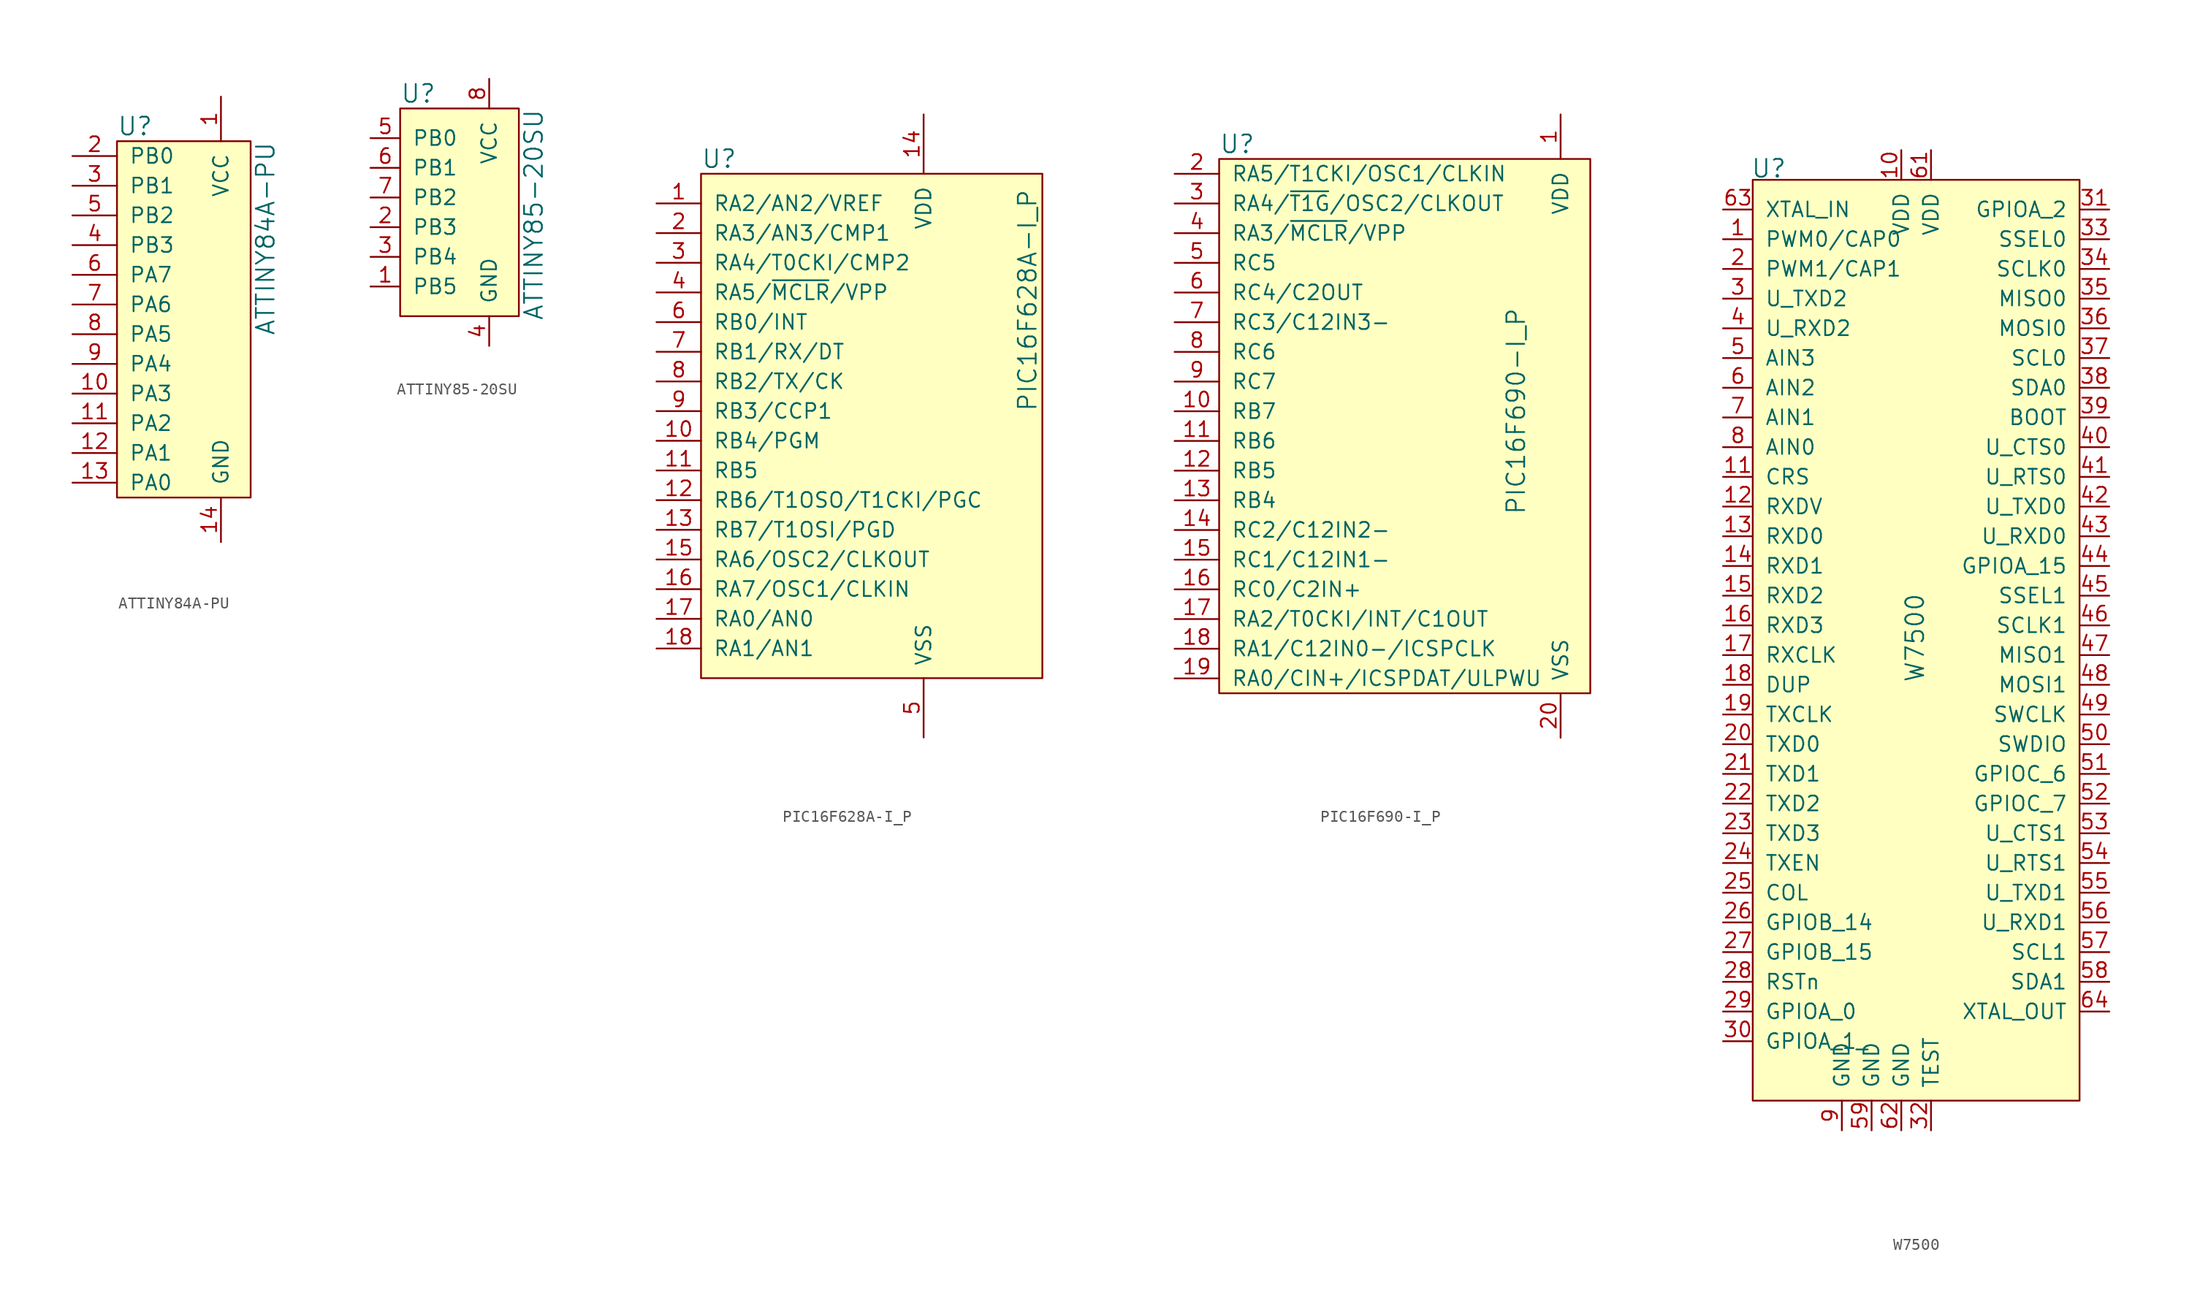
<source format=kicad_sym>
(kicad_symbol_lib
  (version 20231120)
  (generator "kicad_symbol_editor")
  (generator_version "8.0")
  (symbol "ATTINY84A-PU"
    (pin_names
      (offset 1.016))
    (property "Reference" "U"
      (at -6.35 12.7 0)
      (effects (font (size 1.524 1.524)) (justify left)))
    (property "Value" "ATTINY84A-PU"
      (at 6.35 11.43 90)
      (effects (font (size 1.524 1.524)) (justify right)))
    (symbol "ATTINY84A-PU_0_1"
      (rectangle (start -6.35 11.43) (end 5.08 -19.05) (stroke (width 0) (type solid)) (fill (type background))))
    (symbol "ATTINY84A-PU_1_1"
      (pin power_in line (at 2.54 15.24 270) (length 3.81) (name "VCC" (effects (font (size 1.27 1.27)))) (number "1" (effects (font (size 1.27 1.27)))))
      (pin bidirectional line (at -10.16 -10.16 0) (length 3.81) (name "PA3" (effects (font (size 1.27 1.27)))) (number "10" (effects (font (size 1.27 1.27)))))
      (pin bidirectional line (at -10.16 -12.7 0) (length 3.81) (name "PA2" (effects (font (size 1.27 1.27)))) (number "11" (effects (font (size 1.27 1.27)))))
      (pin bidirectional line (at -10.16 -15.24 0) (length 3.81) (name "PA1" (effects (font (size 1.27 1.27)))) (number "12" (effects (font (size 1.27 1.27)))))
      (pin bidirectional line (at -10.16 -17.78 0) (length 3.81) (name "PA0" (effects (font (size 1.27 1.27)))) (number "13" (effects (font (size 1.27 1.27)))))
      (pin power_in line (at 2.54 -22.86 90) (length 3.81) (name "GND" (effects (font (size 1.27 1.27)))) (number "14" (effects (font (size 1.27 1.27)))))
      (pin bidirectional line (at -10.16 10.16 0) (length 3.81) (name "PB0" (effects (font (size 1.27 1.27)))) (number "2" (effects (font (size 1.27 1.27)))))
      (pin bidirectional line (at -10.16 7.62 0) (length 3.81) (name "PB1" (effects (font (size 1.27 1.27)))) (number "3" (effects (font (size 1.27 1.27)))))
      (pin bidirectional line (at -10.16 2.54 0) (length 3.81) (name "PB3" (effects (font (size 1.27 1.27)))) (number "4" (effects (font (size 1.27 1.27)))))
      (pin bidirectional line (at -10.16 5.08 0) (length 3.81) (name "PB2" (effects (font (size 1.27 1.27)))) (number "5" (effects (font (size 1.27 1.27)))))
      (pin bidirectional line (at -10.16 0 0) (length 3.81) (name "PA7" (effects (font (size 1.27 1.27)))) (number "6" (effects (font (size 1.27 1.27)))))
      (pin bidirectional line (at -10.16 -2.54 0) (length 3.81) (name "PA6" (effects (font (size 1.27 1.27)))) (number "7" (effects (font (size 1.27 1.27)))))
      (pin bidirectional line (at -10.16 -5.08 0) (length 3.81) (name "PA5" (effects (font (size 1.27 1.27)))) (number "8" (effects (font (size 1.27 1.27)))))
      (pin bidirectional line (at -10.16 -7.62 0) (length 3.81) (name "PA4" (effects (font (size 1.27 1.27)))) (number "9" (effects (font (size 1.27 1.27)))))))
  (symbol "ATTINY85-20SU"
    (pin_names
      (offset 1.016))
    (property "Reference" "U"
      (at -5.08 6.35 0)
      (effects (font (size 1.524 1.524)) (justify left)))
    (property "Value" "ATTINY85-20SU"
      (at 6.35 5.08 90)
      (effects (font (size 1.524 1.524)) (justify right)))
    (symbol "ATTINY85-20SU_0_1"
      (rectangle (start -5.08 5.08) (end 5.08 -12.7) (stroke (width 0) (type solid)) (fill (type background))))
    (symbol "ATTINY85-20SU_1_1"
      (pin bidirectional line (at -7.62 -10.16 0) (length 2.54) (name "PB5" (effects (font (size 1.27 1.27)))) (number "1" (effects (font (size 1.27 1.27)))))
      (pin bidirectional line (at -7.62 -5.08 0) (length 2.54) (name "PB3" (effects (font (size 1.27 1.27)))) (number "2" (effects (font (size 1.27 1.27)))))
      (pin bidirectional line (at -7.62 -7.62 0) (length 2.54) (name "PB4" (effects (font (size 1.27 1.27)))) (number "3" (effects (font (size 1.27 1.27)))))
      (pin power_in line (at 2.54 -15.24 90) (length 2.54) (name "GND" (effects (font (size 1.27 1.27)))) (number "4" (effects (font (size 1.27 1.27)))))
      (pin bidirectional line (at -7.62 2.54 0) (length 2.54) (name "PB0" (effects (font (size 1.27 1.27)))) (number "5" (effects (font (size 1.27 1.27)))))
      (pin bidirectional line (at -7.62 0 0) (length 2.54) (name "PB1" (effects (font (size 1.27 1.27)))) (number "6" (effects (font (size 1.27 1.27)))))
      (pin bidirectional line (at -7.62 -2.54 0) (length 2.54) (name "PB2" (effects (font (size 1.27 1.27)))) (number "7" (effects (font (size 1.27 1.27)))))
      (pin power_in line (at 2.54 7.62 270) (length 2.54) (name "VCC" (effects (font (size 1.27 1.27)))) (number "8" (effects (font (size 1.27 1.27)))))))
  (symbol "PIC16F628A-I_P"
    (pin_names
      (offset 1.016))
    (property "Reference" "U"
      (at -13.97 21.59 0)
      (effects (font (size 1.524 1.524)) (justify left)))
    (property "Value" "PIC16F628A-I_P"
      (at 13.97 19.05 90)
      (effects (font (size 1.524 1.524)) (justify right)))
    (symbol "PIC16F628A-I_P_0_1"
      (rectangle (start -13.97 20.32) (end 15.24 -22.86) (stroke (width 0) (type solid)) (fill (type background))))
    (symbol "PIC16F628A-I_P_1_1"
      (pin bidirectional line (at -17.78 17.78 0) (length 3.81) (name "RA2/AN2/VREF" (effects (font (size 1.27 1.27)))) (number "1" (effects (font (size 1.27 1.27)))))
      (pin bidirectional line (at -17.78 -2.54 0) (length 3.81) (name "RB4/PGM" (effects (font (size 1.27 1.27)))) (number "10" (effects (font (size 1.27 1.27)))))
      (pin bidirectional line (at -17.78 -5.08 0) (length 3.81) (name "RB5" (effects (font (size 1.27 1.27)))) (number "11" (effects (font (size 1.27 1.27)))))
      (pin bidirectional line (at -17.78 -7.62 0) (length 3.81) (name "RB6/T1OSO/T1CKI/PGC" (effects (font (size 1.27 1.27)))) (number "12" (effects (font (size 1.27 1.27)))))
      (pin bidirectional line (at -17.78 -10.16 0) (length 3.81) (name "RB7/T1OSI/PGD" (effects (font (size 1.27 1.27)))) (number "13" (effects (font (size 1.27 1.27)))))
      (pin power_in line (at 5.08 25.4 270) (length 5.08) (name "VDD" (effects (font (size 1.27 1.27)))) (number "14" (effects (font (size 1.27 1.27)))))
      (pin bidirectional line (at -17.78 -12.7 0) (length 3.81) (name "RA6/OSC2/CLKOUT" (effects (font (size 1.27 1.27)))) (number "15" (effects (font (size 1.27 1.27)))))
      (pin bidirectional line (at -17.78 -15.24 0) (length 3.81) (name "RA7/OSC1/CLKIN" (effects (font (size 1.27 1.27)))) (number "16" (effects (font (size 1.27 1.27)))))
      (pin bidirectional line (at -17.78 -17.78 0) (length 3.81) (name "RA0/AN0" (effects (font (size 1.27 1.27)))) (number "17" (effects (font (size 1.27 1.27)))))
      (pin bidirectional line (at -17.78 -20.32 0) (length 3.81) (name "RA1/AN1" (effects (font (size 1.27 1.27)))) (number "18" (effects (font (size 1.27 1.27)))))
      (pin bidirectional line (at -17.78 15.24 0) (length 3.81) (name "RA3/AN3/CMP1" (effects (font (size 1.27 1.27)))) (number "2" (effects (font (size 1.27 1.27)))))
      (pin bidirectional line (at -17.78 12.7 0) (length 3.81) (name "RA4/T0CKI/CMP2" (effects (font (size 1.27 1.27)))) (number "3" (effects (font (size 1.27 1.27)))))
      (pin bidirectional line (at -17.78 10.16 0) (length 3.81) (name "RA5/~{MCLR}/VPP" (effects (font (size 1.27 1.27)))) (number "4" (effects (font (size 1.27 1.27)))))
      (pin power_in line (at 5.08 -27.94 90) (length 5.08) (name "VSS" (effects (font (size 1.27 1.27)))) (number "5" (effects (font (size 1.27 1.27)))))
      (pin bidirectional line (at -17.78 7.62 0) (length 3.81) (name "RB0/INT" (effects (font (size 1.27 1.27)))) (number "6" (effects (font (size 1.27 1.27)))))
      (pin bidirectional line (at -17.78 5.08 0) (length 3.81) (name "RB1/RX/DT" (effects (font (size 1.27 1.27)))) (number "7" (effects (font (size 1.27 1.27)))))
      (pin bidirectional line (at -17.78 2.54 0) (length 3.81) (name "RB2/TX/CK" (effects (font (size 1.27 1.27)))) (number "8" (effects (font (size 1.27 1.27)))))
      (pin bidirectional line (at -17.78 0 0) (length 3.81) (name "RB3/CCP1" (effects (font (size 1.27 1.27)))) (number "9" (effects (font (size 1.27 1.27)))))))
  (symbol "PIC16F690-I_P"
    (pin_names
      (offset 1.016))
    (property "Reference" "U"
      (at -16.51 22.86 0)
      (effects (font (size 1.524 1.524)) (justify left)))
    (property "Value" "PIC16F690-I_P"
      (at 8.89 0 90)
      (effects (font (size 1.524 1.524))))
    (symbol "PIC16F690-I_P_0_1"
      (rectangle (start -16.51 21.59) (end 15.24 -24.13) (stroke (width 0) (type solid)) (fill (type background))))
    (symbol "PIC16F690-I_P_1_1"
      (pin power_in line (at 12.7 25.4 270) (length 3.81) (name "VDD" (effects (font (size 1.27 1.27)))) (number "1" (effects (font (size 1.27 1.27)))))
      (pin bidirectional line (at -20.32 0 0) (length 3.81) (name "RB7" (effects (font (size 1.27 1.27)))) (number "10" (effects (font (size 1.27 1.27)))))
      (pin bidirectional line (at -20.32 -2.54 0) (length 3.81) (name "RB6" (effects (font (size 1.27 1.27)))) (number "11" (effects (font (size 1.27 1.27)))))
      (pin bidirectional line (at -20.32 -5.08 0) (length 3.81) (name "RB5" (effects (font (size 1.27 1.27)))) (number "12" (effects (font (size 1.27 1.27)))))
      (pin bidirectional line (at -20.32 -7.62 0) (length 3.81) (name "RB4" (effects (font (size 1.27 1.27)))) (number "13" (effects (font (size 1.27 1.27)))))
      (pin bidirectional line (at -20.32 -10.16 0) (length 3.81) (name "RC2/C12IN2-" (effects (font (size 1.27 1.27)))) (number "14" (effects (font (size 1.27 1.27)))))
      (pin bidirectional line (at -20.32 -12.7 0) (length 3.81) (name "RC1/C12IN1-" (effects (font (size 1.27 1.27)))) (number "15" (effects (font (size 1.27 1.27)))))
      (pin bidirectional line (at -20.32 -15.24 0) (length 3.81) (name "RC0/C2IN+" (effects (font (size 1.27 1.27)))) (number "16" (effects (font (size 1.27 1.27)))))
      (pin bidirectional line (at -20.32 -17.78 0) (length 3.81) (name "RA2/T0CKI/INT/C1OUT" (effects (font (size 1.27 1.27)))) (number "17" (effects (font (size 1.27 1.27)))))
      (pin bidirectional line (at -20.32 -20.32 0) (length 3.81) (name "RA1/C12IN0-/ICSPCLK" (effects (font (size 1.27 1.27)))) (number "18" (effects (font (size 1.27 1.27)))))
      (pin bidirectional line (at -20.32 -22.86 0) (length 3.81) (name "RA0/CIN+/ICSPDAT/ULPWU" (effects (font (size 1.27 1.27)))) (number "19" (effects (font (size 1.27 1.27)))))
      (pin bidirectional line (at -20.32 20.32 0) (length 3.81) (name "RA5/T1CKI/OSC1/CLKIN" (effects (font (size 1.27 1.27)))) (number "2" (effects (font (size 1.27 1.27)))))
      (pin power_in line (at 12.7 -27.94 90) (length 3.81) (name "VSS" (effects (font (size 1.27 1.27)))) (number "20" (effects (font (size 1.27 1.27)))))
      (pin bidirectional line (at -20.32 17.78 0) (length 3.81) (name "RA4/~{T1G}/OSC2/CLKOUT" (effects (font (size 1.27 1.27)))) (number "3" (effects (font (size 1.27 1.27)))))
      (pin input line (at -20.32 15.24 0) (length 3.81) (name "RA3/~{MCLR}/VPP" (effects (font (size 1.27 1.27)))) (number "4" (effects (font (size 1.27 1.27)))))
      (pin bidirectional line (at -20.32 12.7 0) (length 3.81) (name "RC5" (effects (font (size 1.27 1.27)))) (number "5" (effects (font (size 1.27 1.27)))))
      (pin bidirectional line (at -20.32 10.16 0) (length 3.81) (name "RC4/C2OUT" (effects (font (size 1.27 1.27)))) (number "6" (effects (font (size 1.27 1.27)))))
      (pin bidirectional line (at -20.32 7.62 0) (length 3.81) (name "RC3/C12IN3-" (effects (font (size 1.27 1.27)))) (number "7" (effects (font (size 1.27 1.27)))))
      (pin bidirectional line (at -20.32 5.08 0) (length 3.81) (name "RC6" (effects (font (size 1.27 1.27)))) (number "8" (effects (font (size 1.27 1.27)))))
      (pin bidirectional line (at -20.32 2.54 0) (length 3.81) (name "RC7" (effects (font (size 1.27 1.27)))) (number "9" (effects (font (size 1.27 1.27)))))))
  (symbol "W7500"
    (pin_names
      (offset 1.016))
    (property "Reference" "U"
      (at -12.878 31.445 0)
      (effects (font (size 1.524 1.524)) (justify left)))
    (property "Value" "W7500"
      (at 1.168 -8.687 90)
      (effects (font (size 1.524 1.524))))
    (symbol "W7500_0_1"
      (rectangle (start -12.7 30.48) (end 15.24 -48.26) (stroke (width 0) (type solid)) (fill (type background))))
    (symbol "W7500_1_1"
      (pin bidirectional line (at -15.24 25.4 0) (length 2.54) (name "PWM0/CAP0" (effects (font (size 1.27 1.27)))) (number "1" (effects (font (size 1.27 1.27)))))
      (pin power_in line (at 0 33.02 270) (length 2.54) (name "VDD" (effects (font (size 1.27 1.27)))) (number "10" (effects (font (size 1.27 1.27)))))
      (pin bidirectional line (at -15.24 5.08 0) (length 2.54) (name "CRS" (effects (font (size 1.27 1.27)))) (number "11" (effects (font (size 1.27 1.27)))))
      (pin bidirectional line (at -15.24 2.54 0) (length 2.54) (name "RXDV" (effects (font (size 1.27 1.27)))) (number "12" (effects (font (size 1.27 1.27)))))
      (pin bidirectional line (at -15.24 0 0) (length 2.54) (name "RXD0" (effects (font (size 1.27 1.27)))) (number "13" (effects (font (size 1.27 1.27)))))
      (pin bidirectional line (at -15.24 -2.54 0) (length 2.54) (name "RXD1" (effects (font (size 1.27 1.27)))) (number "14" (effects (font (size 1.27 1.27)))))
      (pin bidirectional line (at -15.24 -5.08 0) (length 2.54) (name "RXD2" (effects (font (size 1.27 1.27)))) (number "15" (effects (font (size 1.27 1.27)))))
      (pin bidirectional line (at -15.24 -7.62 0) (length 2.54) (name "RXD3" (effects (font (size 1.27 1.27)))) (number "16" (effects (font (size 1.27 1.27)))))
      (pin bidirectional line (at -15.24 -10.16 0) (length 2.54) (name "RXCLK" (effects (font (size 1.27 1.27)))) (number "17" (effects (font (size 1.27 1.27)))))
      (pin bidirectional line (at -15.24 -12.7 0) (length 2.54) (name "DUP" (effects (font (size 1.27 1.27)))) (number "18" (effects (font (size 1.27 1.27)))))
      (pin bidirectional line (at -15.24 -15.24 0) (length 2.54) (name "TXCLK" (effects (font (size 1.27 1.27)))) (number "19" (effects (font (size 1.27 1.27)))))
      (pin bidirectional line (at -15.24 22.86 0) (length 2.54) (name "PWM1/CAP1" (effects (font (size 1.27 1.27)))) (number "2" (effects (font (size 1.27 1.27)))))
      (pin bidirectional line (at -15.24 -17.78 0) (length 2.54) (name "TXD0" (effects (font (size 1.27 1.27)))) (number "20" (effects (font (size 1.27 1.27)))))
      (pin bidirectional line (at -15.24 -20.32 0) (length 2.54) (name "TXD1" (effects (font (size 1.27 1.27)))) (number "21" (effects (font (size 1.27 1.27)))))
      (pin bidirectional line (at -15.24 -22.86 0) (length 2.54) (name "TXD2" (effects (font (size 1.27 1.27)))) (number "22" (effects (font (size 1.27 1.27)))))
      (pin bidirectional line (at -15.24 -25.4 0) (length 2.54) (name "TXD3" (effects (font (size 1.27 1.27)))) (number "23" (effects (font (size 1.27 1.27)))))
      (pin bidirectional line (at -15.24 -27.94 0) (length 2.54) (name "TXEN" (effects (font (size 1.27 1.27)))) (number "24" (effects (font (size 1.27 1.27)))))
      (pin bidirectional line (at -15.24 -30.48 0) (length 2.54) (name "COL" (effects (font (size 1.27 1.27)))) (number "25" (effects (font (size 1.27 1.27)))))
      (pin bidirectional line (at -15.24 -33.02 0) (length 2.54) (name "GPIOB_14" (effects (font (size 1.27 1.27)))) (number "26" (effects (font (size 1.27 1.27)))))
      (pin bidirectional line (at -15.24 -35.56 0) (length 2.54) (name "GPIOB_15" (effects (font (size 1.27 1.27)))) (number "27" (effects (font (size 1.27 1.27)))))
      (pin input line (at -15.24 -38.1 0) (length 2.54) (name "RSTn" (effects (font (size 1.27 1.27)))) (number "28" (effects (font (size 1.27 1.27)))))
      (pin bidirectional line (at -15.24 -40.64 0) (length 2.54) (name "GPIOA_0" (effects (font (size 1.27 1.27)))) (number "29" (effects (font (size 1.27 1.27)))))
      (pin bidirectional line (at -15.24 20.32 0) (length 2.54) (name "U_TXD2" (effects (font (size 1.27 1.27)))) (number "3" (effects (font (size 1.27 1.27)))))
      (pin bidirectional line (at -15.24 -43.18 0) (length 2.54) (name "GPIOA_1_" (effects (font (size 1.27 1.27)))) (number "30" (effects (font (size 1.27 1.27)))))
      (pin bidirectional line (at 17.78 27.94 180) (length 2.54) (name "GPIOA_2" (effects (font (size 1.27 1.27)))) (number "31" (effects (font (size 1.27 1.27)))))
      (pin bidirectional line (at 2.54 -50.8 90) (length 2.54) (name "TEST" (effects (font (size 1.27 1.27)))) (number "32" (effects (font (size 1.27 1.27)))))
      (pin bidirectional line (at 17.78 25.4 180) (length 2.54) (name "SSEL0" (effects (font (size 1.27 1.27)))) (number "33" (effects (font (size 1.27 1.27)))))
      (pin bidirectional line (at 17.78 22.86 180) (length 2.54) (name "SCLK0" (effects (font (size 1.27 1.27)))) (number "34" (effects (font (size 1.27 1.27)))))
      (pin bidirectional line (at 17.78 20.32 180) (length 2.54) (name "MISO0" (effects (font (size 1.27 1.27)))) (number "35" (effects (font (size 1.27 1.27)))))
      (pin bidirectional line (at 17.78 17.78 180) (length 2.54) (name "MOSI0" (effects (font (size 1.27 1.27)))) (number "36" (effects (font (size 1.27 1.27)))))
      (pin bidirectional line (at 17.78 15.24 180) (length 2.54) (name "SCL0" (effects (font (size 1.27 1.27)))) (number "37" (effects (font (size 1.27 1.27)))))
      (pin bidirectional line (at 17.78 12.7 180) (length 2.54) (name "SDA0" (effects (font (size 1.27 1.27)))) (number "38" (effects (font (size 1.27 1.27)))))
      (pin bidirectional line (at 17.78 10.16 180) (length 2.54) (name "BOOT" (effects (font (size 1.27 1.27)))) (number "39" (effects (font (size 1.27 1.27)))))
      (pin bidirectional line (at -15.24 17.78 0) (length 2.54) (name "U_RXD2" (effects (font (size 1.27 1.27)))) (number "4" (effects (font (size 1.27 1.27)))))
      (pin bidirectional line (at 17.78 7.62 180) (length 2.54) (name "U_CTS0" (effects (font (size 1.27 1.27)))) (number "40" (effects (font (size 1.27 1.27)))))
      (pin bidirectional line (at 17.78 5.08 180) (length 2.54) (name "U_RTS0" (effects (font (size 1.27 1.27)))) (number "41" (effects (font (size 1.27 1.27)))))
      (pin bidirectional line (at 17.78 2.54 180) (length 2.54) (name "U_TXD0" (effects (font (size 1.27 1.27)))) (number "42" (effects (font (size 1.27 1.27)))))
      (pin bidirectional line (at 17.78 0 180) (length 2.54) (name "U_RXD0" (effects (font (size 1.27 1.27)))) (number "43" (effects (font (size 1.27 1.27)))))
      (pin bidirectional line (at 17.78 -2.54 180) (length 2.54) (name "GPIOA_15" (effects (font (size 1.27 1.27)))) (number "44" (effects (font (size 1.27 1.27)))))
      (pin bidirectional line (at 17.78 -5.08 180) (length 2.54) (name "SSEL1" (effects (font (size 1.27 1.27)))) (number "45" (effects (font (size 1.27 1.27)))))
      (pin bidirectional line (at 17.78 -7.62 180) (length 2.54) (name "SCLK1" (effects (font (size 1.27 1.27)))) (number "46" (effects (font (size 1.27 1.27)))))
      (pin bidirectional line (at 17.78 -10.16 180) (length 2.54) (name "MISO1" (effects (font (size 1.27 1.27)))) (number "47" (effects (font (size 1.27 1.27)))))
      (pin bidirectional line (at 17.78 -12.7 180) (length 2.54) (name "MOSI1" (effects (font (size 1.27 1.27)))) (number "48" (effects (font (size 1.27 1.27)))))
      (pin bidirectional line (at 17.78 -15.24 180) (length 2.54) (name "SWCLK" (effects (font (size 1.27 1.27)))) (number "49" (effects (font (size 1.27 1.27)))))
      (pin bidirectional line (at -15.24 15.24 0) (length 2.54) (name "AIN3" (effects (font (size 1.27 1.27)))) (number "5" (effects (font (size 1.27 1.27)))))
      (pin bidirectional line (at 17.78 -17.78 180) (length 2.54) (name "SWDIO" (effects (font (size 1.27 1.27)))) (number "50" (effects (font (size 1.27 1.27)))))
      (pin bidirectional line (at 17.78 -20.32 180) (length 2.54) (name "GPIOC_6" (effects (font (size 1.27 1.27)))) (number "51" (effects (font (size 1.27 1.27)))))
      (pin bidirectional line (at 17.78 -22.86 180) (length 2.54) (name "GPIOC_7" (effects (font (size 1.27 1.27)))) (number "52" (effects (font (size 1.27 1.27)))))
      (pin bidirectional line (at 17.78 -25.4 180) (length 2.54) (name "U_CTS1" (effects (font (size 1.27 1.27)))) (number "53" (effects (font (size 1.27 1.27)))))
      (pin bidirectional line (at 17.78 -27.94 180) (length 2.54) (name "U_RTS1" (effects (font (size 1.27 1.27)))) (number "54" (effects (font (size 1.27 1.27)))))
      (pin bidirectional line (at 17.78 -30.48 180) (length 2.54) (name "U_TXD1" (effects (font (size 1.27 1.27)))) (number "55" (effects (font (size 1.27 1.27)))))
      (pin bidirectional line (at 17.78 -33.02 180) (length 2.54) (name "U_RXD1" (effects (font (size 1.27 1.27)))) (number "56" (effects (font (size 1.27 1.27)))))
      (pin bidirectional line (at 17.78 -35.56 180) (length 2.54) (name "SCL1" (effects (font (size 1.27 1.27)))) (number "57" (effects (font (size 1.27 1.27)))))
      (pin bidirectional line (at 17.78 -38.1 180) (length 2.54) (name "SDA1" (effects (font (size 1.27 1.27)))) (number "58" (effects (font (size 1.27 1.27)))))
      (pin power_in line (at -2.54 -50.8 90) (length 2.54) (name "GND" (effects (font (size 1.27 1.27)))) (number "59" (effects (font (size 1.27 1.27)))))
      (pin bidirectional line (at -15.24 12.7 0) (length 2.54) (name "AIN2" (effects (font (size 1.27 1.27)))) (number "6" (effects (font (size 1.27 1.27)))))
      (pin no_connect line (at 15.24 -43.18 180) (length 2.54) hide (name "NC" (effects (font (size 1.27 1.27)))) (number "60" (effects (font (size 1.27 1.27)))))
      (pin power_in line (at 2.54 33.02 270) (length 2.54) (name "VDD" (effects (font (size 1.27 1.27)))) (number "61" (effects (font (size 1.27 1.27)))))
      (pin power_in line (at 0 -50.8 90) (length 2.54) (name "GND" (effects (font (size 1.27 1.27)))) (number "62" (effects (font (size 1.27 1.27)))))
      (pin input line (at -15.24 27.94 0) (length 2.54) (name "XTAL_IN" (effects (font (size 1.27 1.27)))) (number "63" (effects (font (size 1.27 1.27)))))
      (pin output line (at 17.78 -40.64 180) (length 2.54) (name "XTAL_OUT" (effects (font (size 1.27 1.27)))) (number "64" (effects (font (size 1.27 1.27)))))
      (pin bidirectional line (at -15.24 10.16 0) (length 2.54) (name "AIN1" (effects (font (size 1.27 1.27)))) (number "7" (effects (font (size 1.27 1.27)))))
      (pin bidirectional line (at -15.24 7.62 0) (length 2.54) (name "AIN0" (effects (font (size 1.27 1.27)))) (number "8" (effects (font (size 1.27 1.27)))))
      (pin power_in line (at -5.08 -50.8 90) (length 2.54) (name "GND" (effects (font (size 1.27 1.27)))) (number "9" (effects (font (size 1.27 1.27))))))))
</source>
